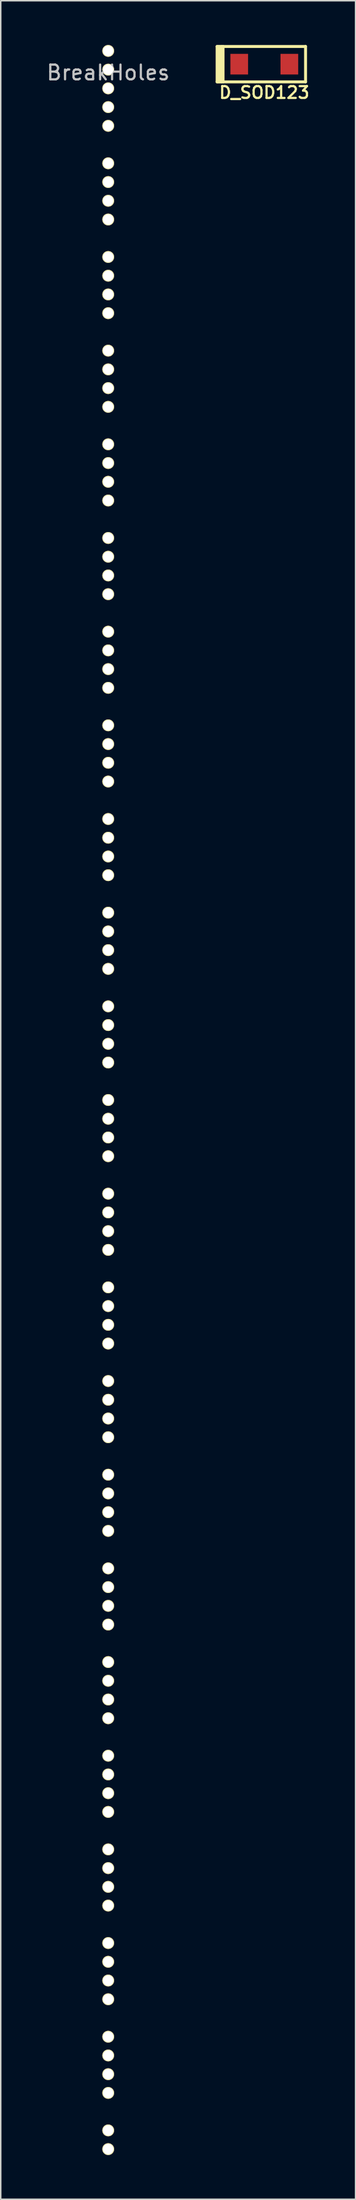
<source format=kicad_pcb>
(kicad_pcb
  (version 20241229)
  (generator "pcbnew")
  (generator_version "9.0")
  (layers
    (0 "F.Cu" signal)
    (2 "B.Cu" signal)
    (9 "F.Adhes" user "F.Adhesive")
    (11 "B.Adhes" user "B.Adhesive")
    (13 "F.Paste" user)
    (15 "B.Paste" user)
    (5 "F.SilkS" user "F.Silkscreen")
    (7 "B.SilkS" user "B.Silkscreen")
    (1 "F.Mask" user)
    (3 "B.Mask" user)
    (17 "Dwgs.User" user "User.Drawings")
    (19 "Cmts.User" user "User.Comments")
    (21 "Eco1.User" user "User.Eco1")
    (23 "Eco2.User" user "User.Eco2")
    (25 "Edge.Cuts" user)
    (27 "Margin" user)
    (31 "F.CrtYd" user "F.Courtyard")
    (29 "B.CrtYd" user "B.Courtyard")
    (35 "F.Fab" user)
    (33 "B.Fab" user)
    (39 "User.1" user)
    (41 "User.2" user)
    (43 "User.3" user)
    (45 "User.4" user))
  (footprint "BreakHoles"
    (layer "F.Cu")
    (at 4.292 0.4)
    (property "Reference" "BreakHoles" (at 0 1.473 0) (layer "Dwgs.User") (effects (font (size 1 1) (thickness 0.15))))
    (attr through_hole)
    (pad "" np_thru_hole circle (at 0 0) (size 0.8 0.8) (drill 0.7) (layers "*.Cu" "*.Mask" "F.SilkS"))
    (pad "" np_thru_hole circle (at 0 1.27) (size 0.8 0.8) (drill 0.7) (layers "*.Cu" "*.Mask" "F.SilkS"))
    (pad "" np_thru_hole circle (at 0 2.54) (size 0.8 0.8) (drill 0.7) (layers "*.Cu" "*.Mask" "F.SilkS"))
    (pad "" np_thru_hole circle (at 0 3.81) (size 0.8 0.8) (drill 0.7) (layers "*.Cu" "*.Mask" "F.SilkS"))
    (pad "" np_thru_hole circle (at 0 5.08) (size 0.8 0.8) (drill 0.7) (layers "*.Cu" "*.Mask" "F.SilkS"))
    (pad "" np_thru_hole circle (at 0 7.62) (size 0.8 0.8) (drill 0.7) (layers "*.Cu" "*.Mask" "F.SilkS"))
    (pad "" np_thru_hole circle (at 0 8.89) (size 0.8 0.8) (drill 0.7) (layers "*.Cu" "*.Mask" "F.SilkS"))
    (pad "" np_thru_hole circle (at 0 10.16) (size 0.8 0.8) (drill 0.7) (layers "*.Cu" "*.Mask" "F.SilkS"))
    (pad "" np_thru_hole circle (at 0 11.43) (size 0.8 0.8) (drill 0.7) (layers "*.Cu" "*.Mask" "F.SilkS"))
    (pad "" np_thru_hole circle (at 0 13.97) (size 0.8 0.8) (drill 0.7) (layers "*.Cu" "*.Mask" "F.SilkS"))
    (pad "" np_thru_hole circle (at 0 15.24) (size 0.8 0.8) (drill 0.7) (layers "*.Cu" "*.Mask" "F.SilkS"))
    (pad "" np_thru_hole circle (at 0 16.51) (size 0.8 0.8) (drill 0.7) (layers "*.Cu" "*.Mask" "F.SilkS"))
    (pad "" np_thru_hole circle (at 0 17.78) (size 0.8 0.8) (drill 0.7) (layers "*.Cu" "*.Mask" "F.SilkS"))
    (pad "" np_thru_hole circle (at 0 20.32) (size 0.8 0.8) (drill 0.7) (layers "*.Cu" "*.Mask" "F.SilkS"))
    (pad "" np_thru_hole circle (at 0 21.59) (size 0.8 0.8) (drill 0.7) (layers "*.Cu" "*.Mask" "F.SilkS"))
    (pad "" np_thru_hole circle (at 0 22.86) (size 0.8 0.8) (drill 0.7) (layers "*.Cu" "*.Mask" "F.SilkS"))
    (pad "" np_thru_hole circle (at 0 24.13) (size 0.8 0.8) (drill 0.7) (layers "*.Cu" "*.Mask" "F.SilkS"))
    (pad "" np_thru_hole circle (at 0 26.67) (size 0.8 0.8) (drill 0.7) (layers "*.Cu" "*.Mask" "F.SilkS"))
    (pad "" np_thru_hole circle (at 0 27.94) (size 0.8 0.8) (drill 0.7) (layers "*.Cu" "*.Mask" "F.SilkS"))
    (pad "" np_thru_hole circle (at 0 29.21) (size 0.8 0.8) (drill 0.7) (layers "*.Cu" "*.Mask" "F.SilkS"))
    (pad "" np_thru_hole circle (at 0 30.48) (size 0.8 0.8) (drill 0.7) (layers "*.Cu" "*.Mask" "F.SilkS"))
    (pad "" np_thru_hole circle (at 0 33.02) (size 0.8 0.8) (drill 0.7) (layers "*.Cu" "*.Mask" "F.SilkS"))
    (pad "" np_thru_hole circle (at 0 34.29) (size 0.8 0.8) (drill 0.7) (layers "*.Cu" "*.Mask" "F.SilkS"))
    (pad "" np_thru_hole circle (at 0 35.56) (size 0.8 0.8) (drill 0.7) (layers "*.Cu" "*.Mask" "F.SilkS"))
    (pad "" np_thru_hole circle (at 0 36.83) (size 0.8 0.8) (drill 0.7) (layers "*.Cu" "*.Mask" "F.SilkS"))
    (pad "" np_thru_hole circle (at 0 39.37) (size 0.8 0.8) (drill 0.7) (layers "*.Cu" "*.Mask" "F.SilkS"))
    (pad "" np_thru_hole circle (at 0 40.64) (size 0.8 0.8) (drill 0.7) (layers "*.Cu" "*.Mask" "F.SilkS"))
    (pad "" np_thru_hole circle (at 0 41.91) (size 0.8 0.8) (drill 0.7) (layers "*.Cu" "*.Mask" "F.SilkS"))
    (pad "" np_thru_hole circle (at 0 43.18) (size 0.8 0.8) (drill 0.7) (layers "*.Cu" "*.Mask" "F.SilkS"))
    (pad "" np_thru_hole circle (at 0 45.72) (size 0.8 0.8) (drill 0.7) (layers "*.Cu" "*.Mask" "F.SilkS"))
    (pad "" np_thru_hole circle (at 0 46.99) (size 0.8 0.8) (drill 0.7) (layers "*.Cu" "*.Mask" "F.SilkS"))
    (pad "" np_thru_hole circle (at 0 48.26) (size 0.8 0.8) (drill 0.7) (layers "*.Cu" "*.Mask" "F.SilkS"))
    (pad "" np_thru_hole circle (at 0 49.53) (size 0.8 0.8) (drill 0.7) (layers "*.Cu" "*.Mask" "F.SilkS"))
    (pad "" np_thru_hole circle (at 0 52.07) (size 0.8 0.8) (drill 0.7) (layers "*.Cu" "*.Mask" "F.SilkS"))
    (pad "" np_thru_hole circle (at 0 53.34) (size 0.8 0.8) (drill 0.7) (layers "*.Cu" "*.Mask" "F.SilkS"))
    (pad "" np_thru_hole circle (at 0 54.61) (size 0.8 0.8) (drill 0.7) (layers "*.Cu" "*.Mask" "F.SilkS"))
    (pad "" np_thru_hole circle (at 0 55.88) (size 0.8 0.8) (drill 0.7) (layers "*.Cu" "*.Mask" "F.SilkS"))
    (pad "" np_thru_hole circle (at 0 58.42) (size 0.8 0.8) (drill 0.7) (layers "*.Cu" "*.Mask" "F.SilkS"))
    (pad "" np_thru_hole circle (at 0 59.69) (size 0.8 0.8) (drill 0.7) (layers "*.Cu" "*.Mask" "F.SilkS"))
    (pad "" np_thru_hole circle (at 0 60.96) (size 0.8 0.8) (drill 0.7) (layers "*.Cu" "*.Mask" "F.SilkS"))
    (pad "" np_thru_hole circle (at 0 62.23) (size 0.8 0.8) (drill 0.7) (layers "*.Cu" "*.Mask" "F.SilkS"))
    (pad "" np_thru_hole circle (at 0 64.77) (size 0.8 0.8) (drill 0.7) (layers "*.Cu" "*.Mask" "F.SilkS"))
    (pad "" np_thru_hole circle (at 0 66.04) (size 0.8 0.8) (drill 0.7) (layers "*.Cu" "*.Mask" "F.SilkS"))
    (pad "" np_thru_hole circle (at 0 67.31) (size 0.8 0.8) (drill 0.7) (layers "*.Cu" "*.Mask" "F.SilkS"))
    (pad "" np_thru_hole circle (at 0 68.58) (size 0.8 0.8) (drill 0.7) (layers "*.Cu" "*.Mask" "F.SilkS"))
    (pad "" np_thru_hole circle (at 0 71.12) (size 0.8 0.8) (drill 0.7) (layers "*.Cu" "*.Mask" "F.SilkS"))
    (pad "" np_thru_hole circle (at 0 72.39) (size 0.8 0.8) (drill 0.7) (layers "*.Cu" "*.Mask" "F.SilkS"))
    (pad "" np_thru_hole circle (at 0 73.66) (size 0.8 0.8) (drill 0.7) (layers "*.Cu" "*.Mask" "F.SilkS"))
    (pad "" np_thru_hole circle (at 0 74.93) (size 0.8 0.8) (drill 0.7) (layers "*.Cu" "*.Mask" "F.SilkS"))
    (pad "" np_thru_hole circle (at 0 77.47) (size 0.8 0.8) (drill 0.7) (layers "*.Cu" "*.Mask" "F.SilkS"))
    (pad "" np_thru_hole circle (at 0 78.74) (size 0.8 0.8) (drill 0.7) (layers "*.Cu" "*.Mask" "F.SilkS"))
    (pad "" np_thru_hole circle (at 0 80.01) (size 0.8 0.8) (drill 0.7) (layers "*.Cu" "*.Mask" "F.SilkS"))
    (pad "" np_thru_hole circle (at 0 81.28) (size 0.8 0.8) (drill 0.7) (layers "*.Cu" "*.Mask" "F.SilkS"))
    (pad "" np_thru_hole circle (at 0 83.82) (size 0.8 0.8) (drill 0.7) (layers "*.Cu" "*.Mask" "F.SilkS"))
    (pad "" np_thru_hole circle (at 0 85.09) (size 0.8 0.8) (drill 0.7) (layers "*.Cu" "*.Mask" "F.SilkS"))
    (pad "" np_thru_hole circle (at 0 86.36) (size 0.8 0.8) (drill 0.7) (layers "*.Cu" "*.Mask" "F.SilkS"))
    (pad "" np_thru_hole circle (at 0 87.63) (size 0.8 0.8) (drill 0.7) (layers "*.Cu" "*.Mask" "F.SilkS"))
    (pad "" np_thru_hole circle (at 0 90.17) (size 0.8 0.8) (drill 0.7) (layers "*.Cu" "*.Mask" "F.SilkS"))
    (pad "" np_thru_hole circle (at 0 91.44) (size 0.8 0.8) (drill 0.7) (layers "*.Cu" "*.Mask" "F.SilkS"))
    (pad "" np_thru_hole circle (at 0 92.71) (size 0.8 0.8) (drill 0.7) (layers "*.Cu" "*.Mask" "F.SilkS"))
    (pad "" np_thru_hole circle (at 0 93.98) (size 0.8 0.8) (drill 0.7) (layers "*.Cu" "*.Mask" "F.SilkS"))
    (pad "" np_thru_hole circle (at 0 96.52) (size 0.8 0.8) (drill 0.7) (layers "*.Cu" "*.Mask" "F.SilkS"))
    (pad "" np_thru_hole circle (at 0 97.79) (size 0.8 0.8) (drill 0.7) (layers "*.Cu" "*.Mask" "F.SilkS"))
    (pad "" np_thru_hole circle (at 0 99.06) (size 0.8 0.8) (drill 0.7) (layers "*.Cu" "*.Mask" "F.SilkS"))
    (pad "" np_thru_hole circle (at 0 100.33) (size 0.8 0.8) (drill 0.7) (layers "*.Cu" "*.Mask" "F.SilkS"))
    (pad "" np_thru_hole circle (at 0 102.87) (size 0.8 0.8) (drill 0.7) (layers "*.Cu" "*.Mask" "F.SilkS"))
    (pad "" np_thru_hole circle (at 0 104.14) (size 0.8 0.8) (drill 0.7) (layers "*.Cu" "*.Mask" "F.SilkS"))
    (pad "" np_thru_hole circle (at 0 105.41) (size 0.8 0.8) (drill 0.7) (layers "*.Cu" "*.Mask" "F.SilkS"))
    (pad "" np_thru_hole circle (at 0 106.68) (size 0.8 0.8) (drill 0.7) (layers "*.Cu" "*.Mask" "F.SilkS"))
    (pad "" np_thru_hole circle (at 0 109.22) (size 0.8 0.8) (drill 0.7) (layers "*.Cu" "*.Mask" "F.SilkS"))
    (pad "" np_thru_hole circle (at 0 110.49) (size 0.8 0.8) (drill 0.7) (layers "*.Cu" "*.Mask" "F.SilkS"))
    (pad "" np_thru_hole circle (at 0 111.76) (size 0.8 0.8) (drill 0.7) (layers "*.Cu" "*.Mask" "F.SilkS"))
    (pad "" np_thru_hole circle (at 0 113.03) (size 0.8 0.8) (drill 0.7) (layers "*.Cu" "*.Mask" "F.SilkS"))
    (pad "" np_thru_hole circle (at 0 115.57) (size 0.8 0.8) (drill 0.7) (layers "*.Cu" "*.Mask" "F.SilkS"))
    (pad "" np_thru_hole circle (at 0 116.84) (size 0.8 0.8) (drill 0.7) (layers "*.Cu" "*.Mask" "F.SilkS"))
    (pad "" np_thru_hole circle (at 0 118.11) (size 0.8 0.8) (drill 0.7) (layers "*.Cu" "*.Mask" "F.SilkS"))
    (pad "" np_thru_hole circle (at 0 119.38) (size 0.8 0.8) (drill 0.7) (layers "*.Cu" "*.Mask" "F.SilkS"))
    (pad "" np_thru_hole circle (at 0 121.92) (size 0.8 0.8) (drill 0.7) (layers "*.Cu" "*.Mask" "F.SilkS"))
    (pad "" np_thru_hole circle (at 0 123.19) (size 0.8 0.8) (drill 0.7) (layers "*.Cu" "*.Mask" "F.SilkS"))
    (pad "" np_thru_hole circle (at 0 124.46) (size 0.8 0.8) (drill 0.7) (layers "*.Cu" "*.Mask" "F.SilkS"))
    (pad "" np_thru_hole circle (at 0 125.73) (size 0.8 0.8) (drill 0.7) (layers "*.Cu" "*.Mask" "F.SilkS"))
    (pad "" np_thru_hole circle (at 0 128.27) (size 0.8 0.8) (drill 0.7) (layers "*.Cu" "*.Mask" "F.SilkS"))
    (pad "" np_thru_hole circle (at 0 129.54) (size 0.8 0.8) (drill 0.7) (layers "*.Cu" "*.Mask" "F.SilkS"))
    (pad "" np_thru_hole circle (at 0 130.81) (size 0.8 0.8) (drill 0.7) (layers "*.Cu" "*.Mask" "F.SilkS"))
    (pad "" np_thru_hole circle (at 0 132.08) (size 0.8 0.8) (drill 0.7) (layers "*.Cu" "*.Mask" "F.SilkS"))
    (pad "" np_thru_hole circle (at 0 134.62) (size 0.8 0.8) (drill 0.7) (layers "*.Cu" "*.Mask" "F.SilkS"))
    (pad "" np_thru_hole circle (at 0 135.89) (size 0.8 0.8) (drill 0.7) (layers "*.Cu" "*.Mask" "F.SilkS"))
    (pad "" np_thru_hole circle (at 0 137.16) (size 0.8 0.8) (drill 0.7) (layers "*.Cu" "*.Mask" "F.SilkS"))
    (pad "" np_thru_hole circle (at 0 138.43) (size 0.8 0.8) (drill 0.7) (layers "*.Cu" "*.Mask" "F.SilkS"))
    (pad "" np_thru_hole circle (at 0 140.97) (size 0.8 0.8) (drill 0.7) (layers "*.Cu" "*.Mask" "F.SilkS"))
    (pad "" np_thru_hole circle (at 0 142.24) (size 0.8 0.8) (drill 0.7) (layers "*.Cu" "*.Mask" "F.SilkS")))
  (footprint "D_SOD123"
    (layer "F.Cu")
    (at 14.883 1.3)
    (property "Reference" "D_SOD123" (at 0 1.925 0) (layer "F.SilkS") (effects (font (size 0.8 0.8) (thickness 0.15))))
    (attr smd)
    (fp_line (start -3.2 -1.2) (end 2.8 -1.2) (stroke (width 0.2) (type solid)) (layer "F.SilkS"))
    (fp_line (start -3.2 1.2) (end -3.2 -1.2) (stroke (width 0.2) (type solid)) (layer "F.SilkS"))
    (fp_line (start -3.075 1.2) (end -3.075 -1.2) (stroke (width 0.2) (type solid)) (layer "F.SilkS"))
    (fp_line (start -2.925 -1.2) (end -2.925 1.2) (stroke (width 0.2) (type solid)) (layer "F.SilkS"))
    (fp_line (start -2.8 -1.2) (end -2.8 1.2) (stroke (width 0.2) (type solid)) (layer "F.SilkS"))
    (fp_line (start 2.8 -1.2) (end 2.8 1.2) (stroke (width 0.2) (type solid)) (layer "F.SilkS"))
    (fp_line (start 2.8 1.2) (end -3.2 1.2) (stroke (width 0.2) (type solid)) (layer "F.SilkS"))
    (pad "1" smd rect (at -1.7 0) (size 1.2 1.4) (layers "F.Cu" "F.Mask" "F.Paste"))
    (pad "2" smd rect (at 1.7 0) (size 1.2 1.4) (layers "F.Cu" "F.Mask" "F.Paste")))
  (gr_rect
    (start -3 -3)
    (end 21.076 146.04)
    (stroke (width 0.1) (type default))
    (fill no)
    (layer "Edge.Cuts")))
</source>
